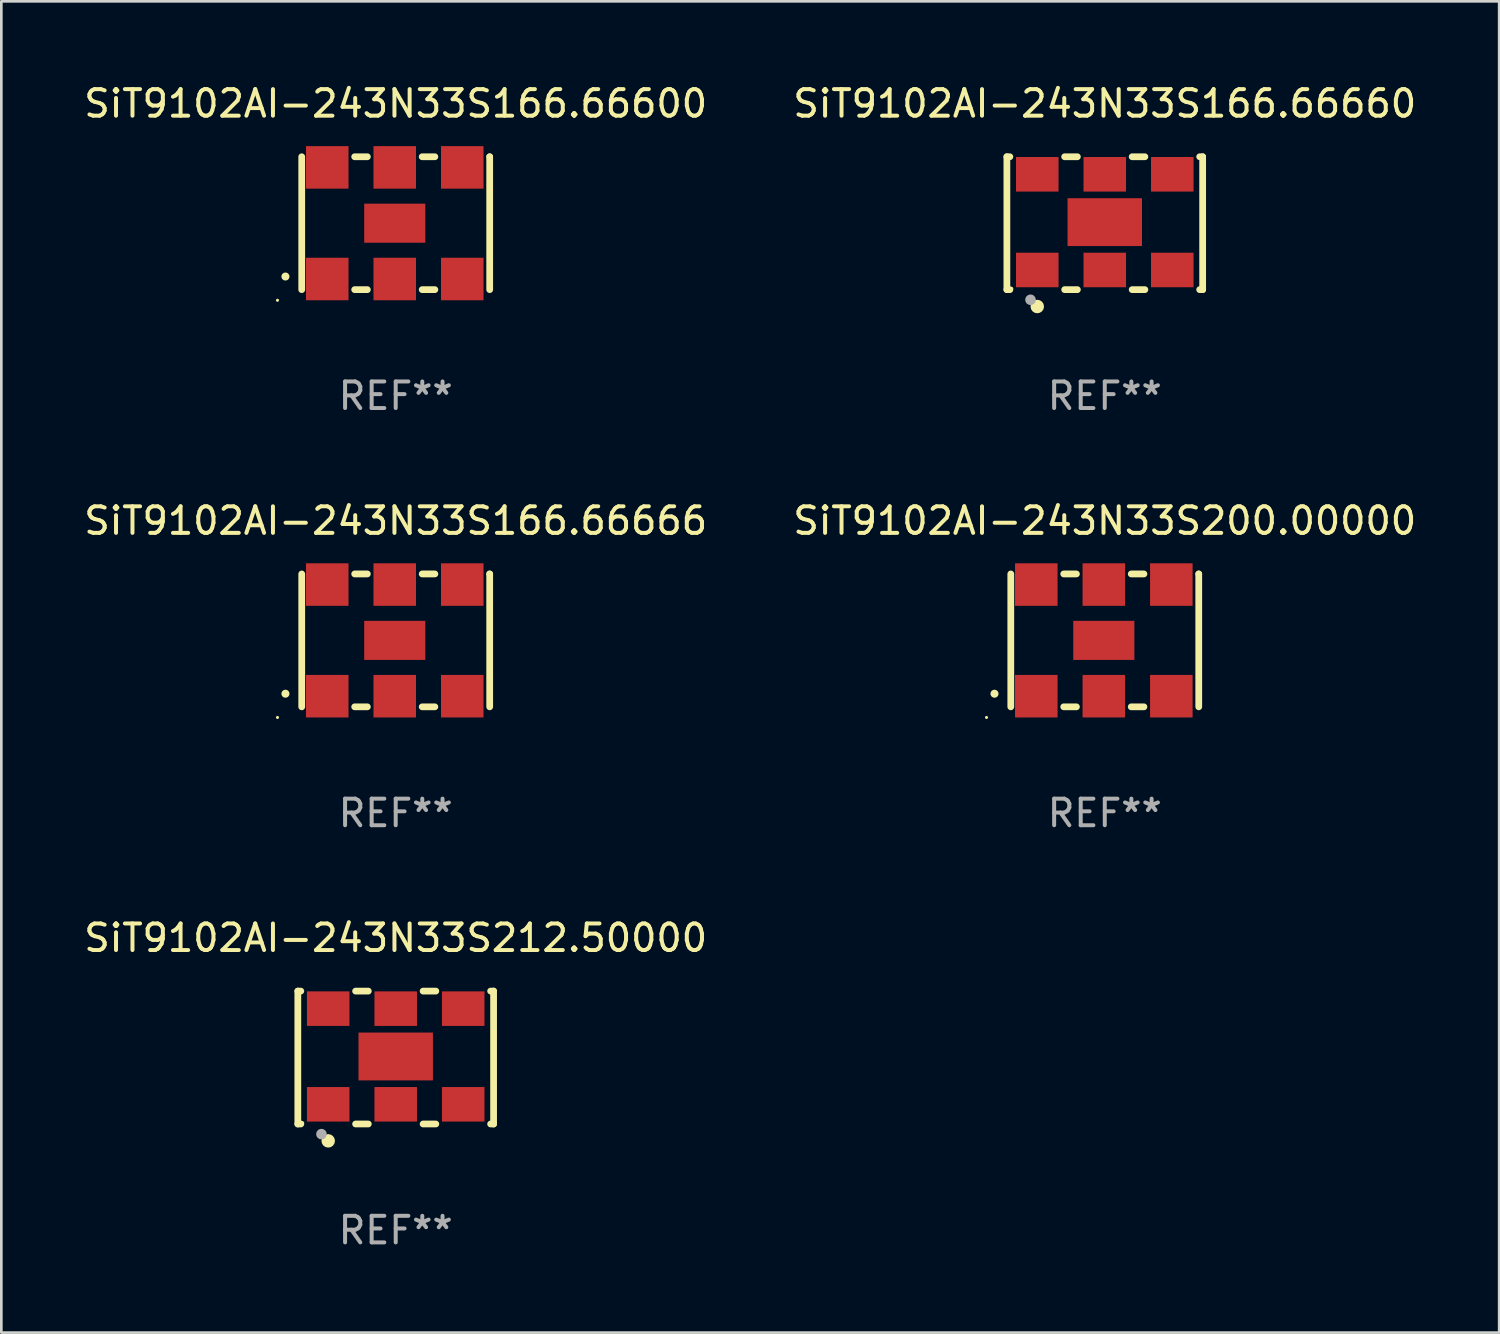
<source format=kicad_pcb>
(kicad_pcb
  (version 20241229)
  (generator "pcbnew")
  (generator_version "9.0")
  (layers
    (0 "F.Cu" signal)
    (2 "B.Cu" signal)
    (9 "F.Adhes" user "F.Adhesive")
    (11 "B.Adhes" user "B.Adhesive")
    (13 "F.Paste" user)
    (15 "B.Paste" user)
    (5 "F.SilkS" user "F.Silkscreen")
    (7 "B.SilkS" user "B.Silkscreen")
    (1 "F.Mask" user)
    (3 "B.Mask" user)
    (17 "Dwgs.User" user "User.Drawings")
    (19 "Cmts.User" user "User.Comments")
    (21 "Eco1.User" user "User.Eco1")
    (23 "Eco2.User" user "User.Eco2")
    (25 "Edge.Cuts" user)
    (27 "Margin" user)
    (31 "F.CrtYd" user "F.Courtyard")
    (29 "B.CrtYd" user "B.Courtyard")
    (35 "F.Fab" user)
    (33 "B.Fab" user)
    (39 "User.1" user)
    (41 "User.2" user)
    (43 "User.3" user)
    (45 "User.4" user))
  (footprint "SiT9102AI-243N33S200.00000"
    (layer "F.Cu")
    (at 38.518 21.045)
    (property "Reference" "SiT9102AI-243N33S200.00000" (at 0 -4.5 0) (layer "F.SilkS") (effects (font (size 1 1) (thickness 0.15))))
    (attr through_hole)
    (fp_line (start -3.536 -2.5) (end -3.536 2.5) (stroke (width 0.254) (type solid)) (layer "F.SilkS"))
    (fp_line (start -1.544 2.5) (end -1.067 2.5) (stroke (width 0.254) (type solid)) (layer "F.SilkS"))
    (fp_line (start -1.067 -2.5) (end -1.544 -2.5) (stroke (width 0.254) (type solid)) (layer "F.SilkS"))
    (fp_line (start 0.996 2.5) (end 1.473 2.5) (stroke (width 0.254) (type solid)) (layer "F.SilkS"))
    (fp_line (start 1.473 -2.5) (end 0.996 -2.5) (stroke (width 0.254) (type solid)) (layer "F.SilkS"))
    (fp_line (start 3.536 -2.5) (end 3.536 -2.5) (stroke (width 0.254) (type solid)) (layer "F.SilkS"))
    (fp_line (start 3.536 2.5) (end 3.536 -2.5) (stroke (width 0.254) (type solid)) (layer "F.SilkS"))
    (fp_arc (start -4.150432 2.006604) (mid -4.149162 2.006599) (end -4.147892 2.006604) (stroke (width 0.3) (type solid)) (layer "F.SilkS"))
    (fp_circle (center -4.449 2.9) (end -4.419 2.9) (stroke (width 0.06) (type solid)) (fill no) (layer "F.SilkS"))
    (fp_text user "REF**" (at 0 6.5 0) (layer "F.Fab") (effects (font (size 1 1) (thickness 0.15))))
    (pad "1" smd rect (at -2.576 2.1) (size 1.6 1.6) (layers "F.Cu" "F.Mask" "F.Paste"))
    (pad "2" smd rect (at -0.036 2.1) (size 1.6 1.6) (layers "F.Cu" "F.Mask" "F.Paste"))
    (pad "3" smd rect (at 2.504 2.1) (size 1.6 1.6) (layers "F.Cu" "F.Mask" "F.Paste"))
    (pad "4" smd rect (at 2.504 -2.1) (size 1.6 1.6) (layers "F.Cu" "F.Mask" "F.Paste"))
    (pad "5" smd rect (at -0.036 -2.1) (size 1.6 1.6) (layers "F.Cu" "F.Mask" "F.Paste"))
    (pad "6" smd rect (at -2.576 -2.1) (size 1.6 1.6) (layers "F.Cu" "F.Mask" "F.Paste"))
    (pad "7" smd rect (at -0.036 0) (size 2.3 1.47) (layers "F.Cu" "F.Mask" "F.Paste")))
  (footprint "SiT9102AI-243N33S166.66600"
    (layer "F.Cu")
    (at 11.839 5.348)
    (property "Reference" "SiT9102AI-243N33S166.66600" (at 0 -4.5 0) (layer "F.SilkS") (effects (font (size 1 1) (thickness 0.15))))
    (attr through_hole)
    (fp_line (start -3.536 -2.5) (end -3.536 2.5) (stroke (width 0.254) (type solid)) (layer "F.SilkS"))
    (fp_line (start -1.544 2.5) (end -1.067 2.5) (stroke (width 0.254) (type solid)) (layer "F.SilkS"))
    (fp_line (start -1.067 -2.5) (end -1.544 -2.5) (stroke (width 0.254) (type solid)) (layer "F.SilkS"))
    (fp_line (start 0.996 2.5) (end 1.473 2.5) (stroke (width 0.254) (type solid)) (layer "F.SilkS"))
    (fp_line (start 1.473 -2.5) (end 0.996 -2.5) (stroke (width 0.254) (type solid)) (layer "F.SilkS"))
    (fp_line (start 3.536 -2.5) (end 3.536 -2.5) (stroke (width 0.254) (type solid)) (layer "F.SilkS"))
    (fp_line (start 3.536 2.5) (end 3.536 -2.5) (stroke (width 0.254) (type solid)) (layer "F.SilkS"))
    (fp_arc (start -4.150432 2.006604) (mid -4.149162 2.006599) (end -4.147892 2.006604) (stroke (width 0.3) (type solid)) (layer "F.SilkS"))
    (fp_circle (center -4.449 2.9) (end -4.419 2.9) (stroke (width 0.06) (type solid)) (fill no) (layer "F.SilkS"))
    (fp_text user "REF**" (at 0 6.5 0) (layer "F.Fab") (effects (font (size 1 1) (thickness 0.15))))
    (pad "1" smd rect (at -2.576 2.1) (size 1.6 1.6) (layers "F.Cu" "F.Mask" "F.Paste"))
    (pad "2" smd rect (at -0.036 2.1) (size 1.6 1.6) (layers "F.Cu" "F.Mask" "F.Paste"))
    (pad "3" smd rect (at 2.504 2.1) (size 1.6 1.6) (layers "F.Cu" "F.Mask" "F.Paste"))
    (pad "4" smd rect (at 2.504 -2.1) (size 1.6 1.6) (layers "F.Cu" "F.Mask" "F.Paste"))
    (pad "5" smd rect (at -0.036 -2.1) (size 1.6 1.6) (layers "F.Cu" "F.Mask" "F.Paste"))
    (pad "6" smd rect (at -2.576 -2.1) (size 1.6 1.6) (layers "F.Cu" "F.Mask" "F.Paste"))
    (pad "7" smd rect (at -0.036 0) (size 2.3 1.47) (layers "F.Cu" "F.Mask" "F.Paste")))
  (footprint "SiT9102AI-243N33S166.66660"
    (layer "F.Cu")
    (at 38.518 5.348)
    (property "Reference" "SiT9102AI-243N33S166.66660" (at 0 -4.5 0) (layer "F.SilkS") (effects (font (size 1 1) (thickness 0.15))))
    (attr through_hole)
    (fp_line (start -3.683 -2.5) (end -3.571 -2.5) (stroke (width 0.254) (type solid)) (layer "F.SilkS"))
    (fp_line (start -3.683 2.5) (end -3.683 -2.5) (stroke (width 0.254) (type solid)) (layer "F.SilkS"))
    (fp_line (start -3.683 2.5) (end -3.571 2.5) (stroke (width 0.254) (type solid)) (layer "F.SilkS"))
    (fp_line (start -1.509 -2.5) (end -1.031 -2.5) (stroke (width 0.254) (type solid)) (layer "F.SilkS"))
    (fp_line (start -1.509 2.5) (end -1.031 2.5) (stroke (width 0.254) (type solid)) (layer "F.SilkS"))
    (fp_line (start 1.031 -2.5) (end 1.509 -2.5) (stroke (width 0.254) (type solid)) (layer "F.SilkS"))
    (fp_line (start 1.031 2.5) (end 1.509 2.5) (stroke (width 0.254) (type solid)) (layer "F.SilkS"))
    (fp_line (start 3.571 -2.5) (end 3.683 -2.5) (stroke (width 0.254) (type solid)) (layer "F.SilkS"))
    (fp_line (start 3.571 2.5) (end 3.683 2.5) (stroke (width 0.254) (type solid)) (layer "F.SilkS"))
    (fp_line (start 3.683 2.5) (end 3.683 -2.5) (stroke (width 0.254) (type solid)) (layer "F.SilkS"))
    (fp_circle (center -3.5 2.46) (end -3.47 2.46) (stroke (width 0.06) (type solid)) (fill no) (layer "F.SilkS"))
    (fp_circle (center -2.54 3.135) (end -2.413 3.135) (stroke (width 0.254) (type solid)) (fill no) (layer "F.SilkS"))
    (fp_circle (center -2.794 2.881) (end -2.694 2.881) (stroke (width 0.2) (type solid)) (fill no) (layer "F.Fab"))
    (fp_text user "REF**" (at 0 6.5 0) (layer "F.Fab") (effects (font (size 1 1) (thickness 0.15))))
    (pad "1" smd rect (at -2.54 1.76) (size 1.6 1.3) (layers "F.Cu" "F.Mask" "F.Paste"))
    (pad "2" smd rect (at 0 1.76) (size 1.6 1.3) (layers "F.Cu" "F.Mask" "F.Paste"))
    (pad "3" smd rect (at 2.54 1.76) (size 1.6 1.3) (layers "F.Cu" "F.Mask" "F.Paste"))
    (pad "4" smd rect (at 2.54 -1.84) (size 1.6 1.3) (layers "F.Cu" "F.Mask" "F.Paste"))
    (pad "5" smd rect (at 0 -1.84) (size 1.6 1.3) (layers "F.Cu" "F.Mask" "F.Paste"))
    (pad "6" smd rect (at -2.54 -1.84) (size 1.6 1.3) (layers "F.Cu" "F.Mask" "F.Paste"))
    (pad "7" smd rect (at 0 -0.04) (size 2.8 1.8) (layers "F.Cu" "F.Mask" "F.Paste")))
  (footprint "SiT9102AI-243N33S212.50000"
    (layer "F.Cu")
    (at 11.839 36.741)
    (property "Reference" "SiT9102AI-243N33S212.50000" (at 0 -4.5 0) (layer "F.SilkS") (effects (font (size 1 1) (thickness 0.15))))
    (attr through_hole)
    (fp_line (start -3.683 -2.5) (end -3.571 -2.5) (stroke (width 0.254) (type solid)) (layer "F.SilkS"))
    (fp_line (start -3.683 2.5) (end -3.683 -2.5) (stroke (width 0.254) (type solid)) (layer "F.SilkS"))
    (fp_line (start -3.683 2.5) (end -3.571 2.5) (stroke (width 0.254) (type solid)) (layer "F.SilkS"))
    (fp_line (start -1.509 -2.5) (end -1.031 -2.5) (stroke (width 0.254) (type solid)) (layer "F.SilkS"))
    (fp_line (start -1.509 2.5) (end -1.031 2.5) (stroke (width 0.254) (type solid)) (layer "F.SilkS"))
    (fp_line (start 1.031 -2.5) (end 1.509 -2.5) (stroke (width 0.254) (type solid)) (layer "F.SilkS"))
    (fp_line (start 1.031 2.5) (end 1.509 2.5) (stroke (width 0.254) (type solid)) (layer "F.SilkS"))
    (fp_line (start 3.571 -2.5) (end 3.683 -2.5) (stroke (width 0.254) (type solid)) (layer "F.SilkS"))
    (fp_line (start 3.571 2.5) (end 3.683 2.5) (stroke (width 0.254) (type solid)) (layer "F.SilkS"))
    (fp_line (start 3.683 2.5) (end 3.683 -2.5) (stroke (width 0.254) (type solid)) (layer "F.SilkS"))
    (fp_circle (center -3.5 2.46) (end -3.47 2.46) (stroke (width 0.06) (type solid)) (fill no) (layer "F.SilkS"))
    (fp_circle (center -2.54 3.135) (end -2.413 3.135) (stroke (width 0.254) (type solid)) (fill no) (layer "F.SilkS"))
    (fp_circle (center -2.794 2.881) (end -2.694 2.881) (stroke (width 0.2) (type solid)) (fill no) (layer "F.Fab"))
    (fp_text user "REF**" (at 0 6.5 0) (layer "F.Fab") (effects (font (size 1 1) (thickness 0.15))))
    (pad "1" smd rect (at -2.54 1.76) (size 1.6 1.3) (layers "F.Cu" "F.Mask" "F.Paste"))
    (pad "2" smd rect (at 0 1.76) (size 1.6 1.3) (layers "F.Cu" "F.Mask" "F.Paste"))
    (pad "3" smd rect (at 2.54 1.76) (size 1.6 1.3) (layers "F.Cu" "F.Mask" "F.Paste"))
    (pad "4" smd rect (at 2.54 -1.84) (size 1.6 1.3) (layers "F.Cu" "F.Mask" "F.Paste"))
    (pad "5" smd rect (at 0 -1.84) (size 1.6 1.3) (layers "F.Cu" "F.Mask" "F.Paste"))
    (pad "6" smd rect (at -2.54 -1.84) (size 1.6 1.3) (layers "F.Cu" "F.Mask" "F.Paste"))
    (pad "7" smd rect (at 0 -0.04) (size 2.8 1.8) (layers "F.Cu" "F.Mask" "F.Paste")))
  (footprint "SiT9102AI-243N33S166.66666"
    (layer "F.Cu")
    (at 11.839 21.045)
    (property "Reference" "SiT9102AI-243N33S166.66666" (at 0 -4.5 0) (layer "F.SilkS") (effects (font (size 1 1) (thickness 0.15))))
    (attr through_hole)
    (fp_line (start -3.536 -2.5) (end -3.536 2.5) (stroke (width 0.254) (type solid)) (layer "F.SilkS"))
    (fp_line (start -1.544 2.5) (end -1.067 2.5) (stroke (width 0.254) (type solid)) (layer "F.SilkS"))
    (fp_line (start -1.067 -2.5) (end -1.544 -2.5) (stroke (width 0.254) (type solid)) (layer "F.SilkS"))
    (fp_line (start 0.996 2.5) (end 1.473 2.5) (stroke (width 0.254) (type solid)) (layer "F.SilkS"))
    (fp_line (start 1.473 -2.5) (end 0.996 -2.5) (stroke (width 0.254) (type solid)) (layer "F.SilkS"))
    (fp_line (start 3.536 -2.5) (end 3.536 -2.5) (stroke (width 0.254) (type solid)) (layer "F.SilkS"))
    (fp_line (start 3.536 2.5) (end 3.536 -2.5) (stroke (width 0.254) (type solid)) (layer "F.SilkS"))
    (fp_arc (start -4.150432 2.006604) (mid -4.149162 2.006599) (end -4.147892 2.006604) (stroke (width 0.3) (type solid)) (layer "F.SilkS"))
    (fp_circle (center -4.449 2.9) (end -4.419 2.9) (stroke (width 0.06) (type solid)) (fill no) (layer "F.SilkS"))
    (fp_text user "REF**" (at 0 6.5 0) (layer "F.Fab") (effects (font (size 1 1) (thickness 0.15))))
    (pad "1" smd rect (at -2.576 2.1) (size 1.6 1.6) (layers "F.Cu" "F.Mask" "F.Paste"))
    (pad "2" smd rect (at -0.036 2.1) (size 1.6 1.6) (layers "F.Cu" "F.Mask" "F.Paste"))
    (pad "3" smd rect (at 2.504 2.1) (size 1.6 1.6) (layers "F.Cu" "F.Mask" "F.Paste"))
    (pad "4" smd rect (at 2.504 -2.1) (size 1.6 1.6) (layers "F.Cu" "F.Mask" "F.Paste"))
    (pad "5" smd rect (at -0.036 -2.1) (size 1.6 1.6) (layers "F.Cu" "F.Mask" "F.Paste"))
    (pad "6" smd rect (at -2.576 -2.1) (size 1.6 1.6) (layers "F.Cu" "F.Mask" "F.Paste"))
    (pad "7" smd rect (at -0.036 0) (size 2.3 1.47) (layers "F.Cu" "F.Mask" "F.Paste")))
  (gr_rect
    (start -3 -3)
    (end 53.357 47.09)
    (stroke (width 0.1) (type default))
    (fill no)
    (layer "Edge.Cuts")))
</source>
